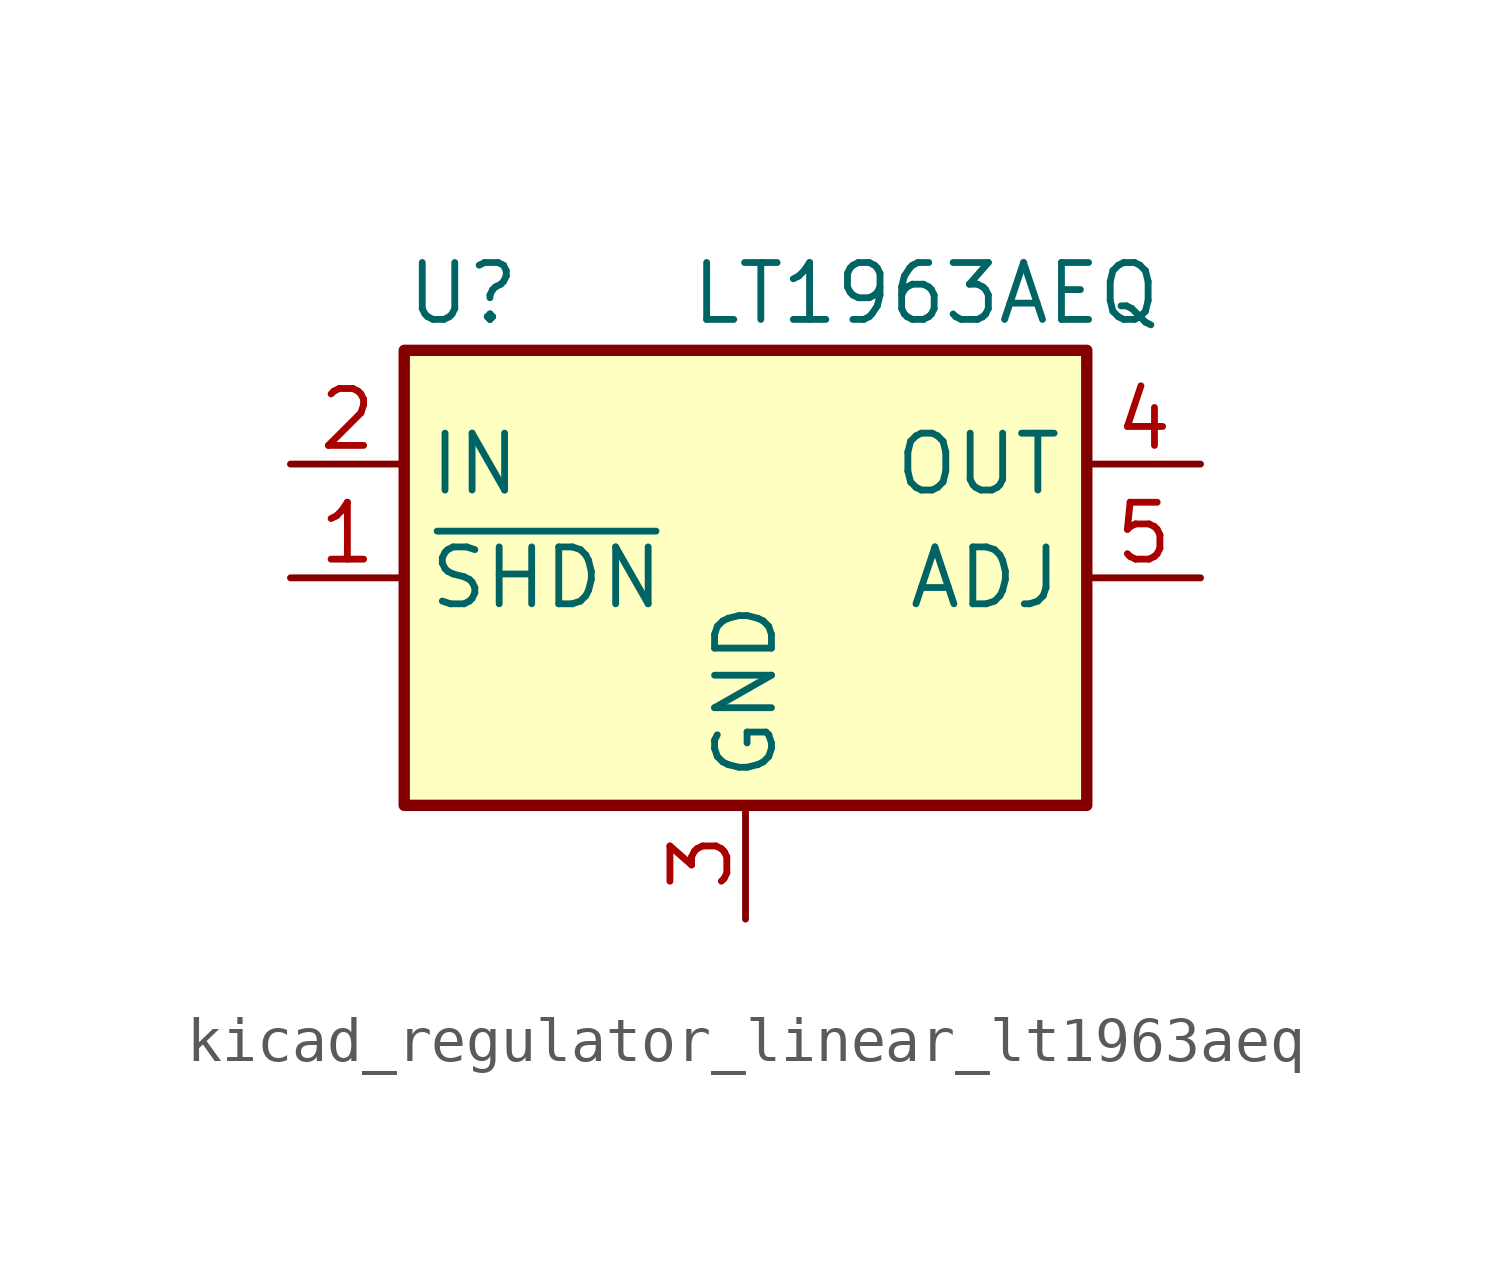
<source format=kicad_sym>
(kicad_symbol_lib
  (version 20220914)
  (generator kicad_symbol_editor)
  (symbol "kicad_regulator_linear_lt1963aeq"
    (property "Reference" "U"
      (at -7.62 6.35 0)
      (effects (font (size 1.27 1.27)) (justify left)))
    (property "Value" "LT1963AEQ"
      (at -1.27 6.35 0)
      (effects (font (size 1.27 1.27)) (justify left)))
    (symbol "kicad_regulator_linear_lt1963aeq_0_1"
      (rectangle (start -7.62 5.08) (end 7.62 -5.08) (stroke (width 0.254) (type default)) (fill (type background))))
    (symbol "kicad_regulator_linear_lt1963aeq_1_1"
      (pin input line (at -10.16 0 0) (length 2.54) (name "~{SHDN}" (effects (font (size 1.27 1.27)))) (number "1" (effects (font (size 1.27 1.27)))))
      (pin power_in line (at -10.16 2.54 0) (length 2.54) (name "IN" (effects (font (size 1.27 1.27)))) (number "2" (effects (font (size 1.27 1.27)))))
      (pin power_in line (at 0 -7.62 90) (length 2.54) (name "GND" (effects (font (size 1.27 1.27)))) (number "3" (effects (font (size 1.27 1.27)))))
      (pin power_out line (at 10.16 2.54 180) (length 2.54) (name "OUT" (effects (font (size 1.27 1.27)))) (number "4" (effects (font (size 1.27 1.27)))))
      (pin input line (at 10.16 0 180) (length 2.54) (name "ADJ" (effects (font (size 1.27 1.27)))) (number "5" (effects (font (size 1.27 1.27))))))))
</source>
